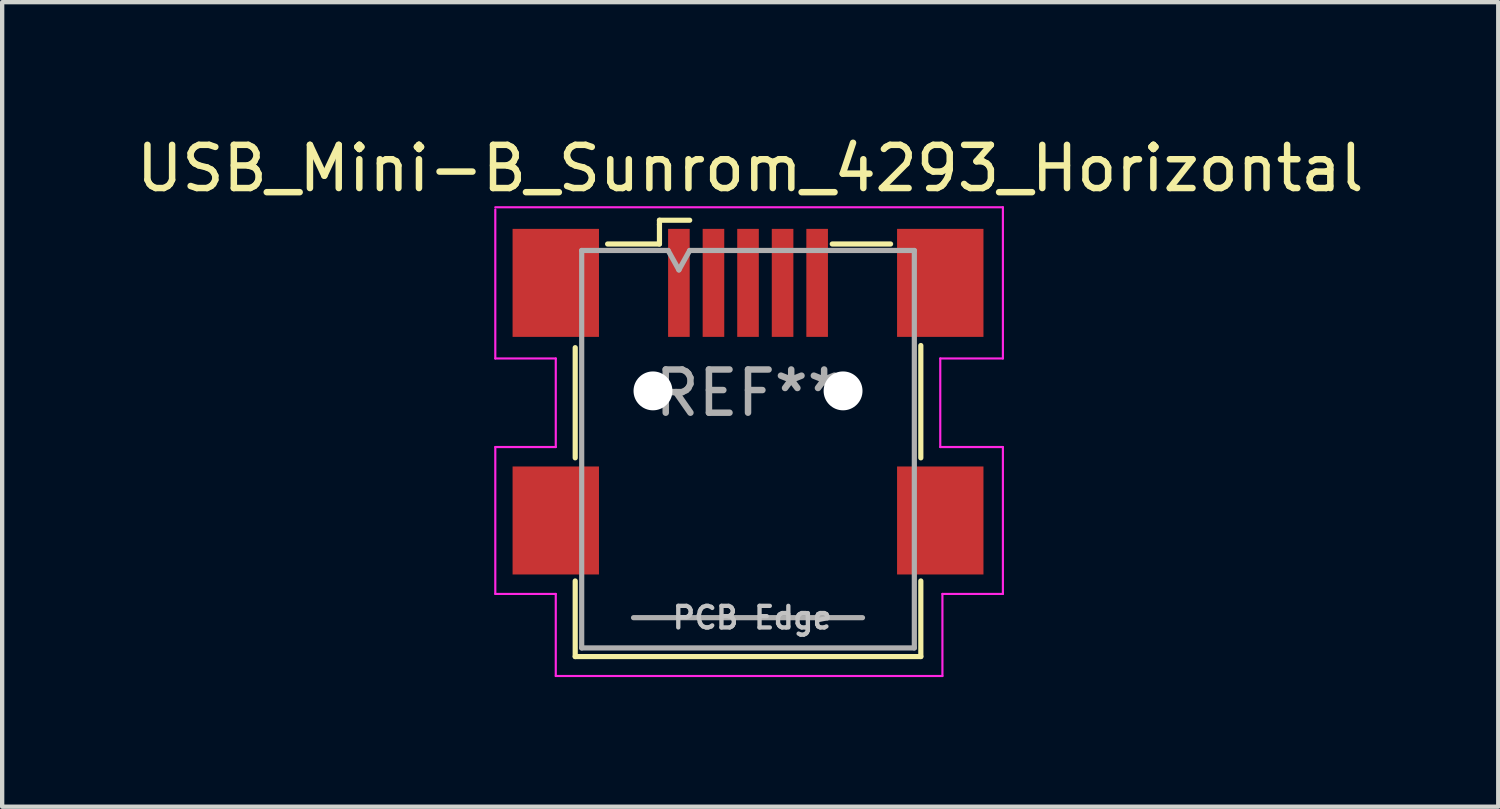
<source format=kicad_pcb>
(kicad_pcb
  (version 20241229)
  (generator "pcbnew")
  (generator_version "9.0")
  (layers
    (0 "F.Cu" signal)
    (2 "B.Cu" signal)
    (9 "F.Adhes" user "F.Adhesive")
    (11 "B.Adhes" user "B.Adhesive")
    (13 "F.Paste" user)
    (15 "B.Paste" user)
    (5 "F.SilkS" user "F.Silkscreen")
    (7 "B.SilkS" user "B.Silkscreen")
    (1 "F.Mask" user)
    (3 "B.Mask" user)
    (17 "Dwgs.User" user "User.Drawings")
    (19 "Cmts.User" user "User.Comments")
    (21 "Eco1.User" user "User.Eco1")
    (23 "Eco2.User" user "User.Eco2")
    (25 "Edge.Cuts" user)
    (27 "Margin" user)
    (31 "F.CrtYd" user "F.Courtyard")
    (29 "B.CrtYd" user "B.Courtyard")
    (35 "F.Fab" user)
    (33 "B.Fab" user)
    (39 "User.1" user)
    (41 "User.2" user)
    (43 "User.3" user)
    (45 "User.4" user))
  (footprint "USB_Mini-B_Sunrom_4293_Horizontal"
    (layer "F.Cu")
    (at 14.515 5.998)
    (property "Reference" "USB_Mini-B_Sunrom_4293_Horizontal" (at -0.2 -5.15 0) (layer "F.SilkS") (effects (font (size 1 1) (thickness 0.15))))
    (attr through_hole)
    (fp_line (start -4.25 -1) (end -4.25 1.55) (stroke (width 0.12) (type solid)) (layer "F.SilkS"))
    (fp_line (start -4.25 4.4) (end -4.25 6.15) (stroke (width 0.12) (type solid)) (layer "F.SilkS"))
    (fp_line (start -4.25 6.15) (end 3.75 6.15) (stroke (width 0.12) (type solid)) (layer "F.SilkS"))
    (fp_line (start -3.5 -3.4) (end -2.3 -3.4) (stroke (width 0.12) (type solid)) (layer "F.SilkS"))
    (fp_line (start -2.3 -3.95) (end -1.6 -3.95) (stroke (width 0.12) (type solid)) (layer "F.SilkS"))
    (fp_line (start -2.3 -3.85) (end -2.3 -3.95) (stroke (width 0.12) (type solid)) (layer "F.SilkS"))
    (fp_line (start -2.3 -3.4) (end -2.3 -3.85) (stroke (width 0.12) (type solid)) (layer "F.SilkS"))
    (fp_line (start 1.7 -3.4) (end 3.05 -3.4) (stroke (width 0.12) (type solid)) (layer "F.SilkS"))
    (fp_line (start 3.75 -1.05) (end 3.75 1.55) (stroke (width 0.12) (type solid)) (layer "F.SilkS"))
    (fp_line (start 3.75 6.15) (end 3.75 4.4) (stroke (width 0.12) (type solid)) (layer "F.SilkS"))
    (fp_line (start -6.1 -4.25) (end 5.65 -4.25) (stroke (width 0.05) (type solid)) (layer "F.CrtYd"))
    (fp_line (start -6.1 -0.75) (end -6.1 -4.2) (stroke (width 0.05) (type solid)) (layer "F.CrtYd"))
    (fp_line (start -6.1 1.3) (end -4.7 1.3) (stroke (width 0.05) (type solid)) (layer "F.CrtYd"))
    (fp_line (start -6.1 4.7) (end -6.1 1.3) (stroke (width 0.05) (type solid)) (layer "F.CrtYd"))
    (fp_line (start -4.7 -0.75) (end -6.1 -0.75) (stroke (width 0.05) (type solid)) (layer "F.CrtYd"))
    (fp_line (start -4.7 1.3) (end -4.7 -0.75) (stroke (width 0.05) (type solid)) (layer "F.CrtYd"))
    (fp_line (start -4.7 4.7) (end -6.1 4.7) (stroke (width 0.05) (type solid)) (layer "F.CrtYd"))
    (fp_line (start -4.7 6.6) (end -4.7 4.7) (stroke (width 0.05) (type solid)) (layer "F.CrtYd"))
    (fp_line (start 4.2 -0.75) (end 4.2 1.3) (stroke (width 0.05) (type solid)) (layer "F.CrtYd"))
    (fp_line (start 4.2 1.3) (end 5.65 1.3) (stroke (width 0.05) (type solid)) (layer "F.CrtYd"))
    (fp_line (start 4.25 4.7) (end 4.25 6.6) (stroke (width 0.05) (type solid)) (layer "F.CrtYd"))
    (fp_line (start 4.25 6.6) (end -4.7 6.6) (stroke (width 0.05) (type solid)) (layer "F.CrtYd"))
    (fp_line (start 5.65 -4.25) (end 5.65 -0.75) (stroke (width 0.05) (type solid)) (layer "F.CrtYd"))
    (fp_line (start 5.65 -0.75) (end 4.2 -0.75) (stroke (width 0.05) (type solid)) (layer "F.CrtYd"))
    (fp_line (start 5.65 1.3) (end 5.65 4.7) (stroke (width 0.05) (type solid)) (layer "F.CrtYd"))
    (fp_line (start 5.65 4.7) (end 4.25 4.7) (stroke (width 0.05) (type solid)) (layer "F.CrtYd"))
    (fp_line (start -4.1 -3.25) (end -2.1 -3.25) (stroke (width 0.12) (type solid)) (layer "F.Fab"))
    (fp_line (start -4.1 5.95) (end -4.1 -3.25) (stroke (width 0.12) (type solid)) (layer "F.Fab"))
    (fp_line (start -2.9 5.25) (end 2.4 5.25) (stroke (width 0.12) (type solid)) (layer "F.Fab"))
    (fp_line (start -2.1 -3.25) (end -1.85 -2.8) (stroke (width 0.12) (type solid)) (layer "F.Fab"))
    (fp_line (start -1.85 -2.8) (end -1.6 -3.25) (stroke (width 0.12) (type solid)) (layer "F.Fab"))
    (fp_line (start -1.6 -3.25) (end 3.6 -3.25) (stroke (width 0.12) (type solid)) (layer "F.Fab"))
    (fp_line (start 3.6 -3.25) (end 3.6 5.95) (stroke (width 0.12) (type solid)) (layer "F.Fab"))
    (fp_line (start 3.6 5.95) (end -4.1 5.95) (stroke (width 0.12) (type solid)) (layer "F.Fab"))
    (fp_text user "PCB Edge" (at -0.15 5.25 0) (layer "Dwgs.User") (effects (font (size 0.5 0.5) (thickness 0.1))))
    (fp_text user "REF**" (at -0.25 0.05 0) (layer "F.Fab") (effects (font (size 1 1) (thickness 0.15))))
    (pad "" np_thru_hole circle (at -2.45 0) (size 0.9 0.9) (drill 0.9) (layers "*.Cu" "*.Mask"))
    (pad "" np_thru_hole circle (at 1.95 0) (size 0.9 0.9) (drill 0.9) (layers "*.Cu" "*.Mask"))
    (pad "1" smd rect (at -1.85 -2.5) (size 0.5 2.5) (layers "F.Cu" "F.Mask" "F.Paste"))
    (pad "2" smd rect (at -1.05 -2.5) (size 0.5 2.5) (layers "F.Cu" "F.Mask" "F.Paste"))
    (pad "3" smd rect (at -0.25 -2.5) (size 0.5 2.5) (layers "F.Cu" "F.Mask" "F.Paste"))
    (pad "4" smd rect (at 0.55 -2.5) (size 0.5 2.5) (layers "F.Cu" "F.Mask" "F.Paste"))
    (pad "5" smd rect (at 1.35 -2.5) (size 0.5 2.5) (layers "F.Cu" "F.Mask" "F.Paste"))
    (pad "6" smd rect (at -4.7 -2.5) (size 2 2.5) (layers "F.Cu" "F.Mask" "F.Paste"))
    (pad "6" smd rect (at -4.7 3) (size 2 2.5) (layers "F.Cu" "F.Mask" "F.Paste"))
    (pad "6" smd rect (at 4.2 -2.5) (size 2 2.5) (layers "F.Cu" "F.Mask" "F.Paste"))
    (pad "6" smd rect (at 4.2 3) (size 2 2.5) (layers "F.Cu" "F.Mask" "F.Paste")))
  (gr_rect
    (start -3 -3)
    (end 31.631 15.623)
    (stroke (width 0.1) (type default))
    (fill no)
    (layer "Edge.Cuts")))
</source>
